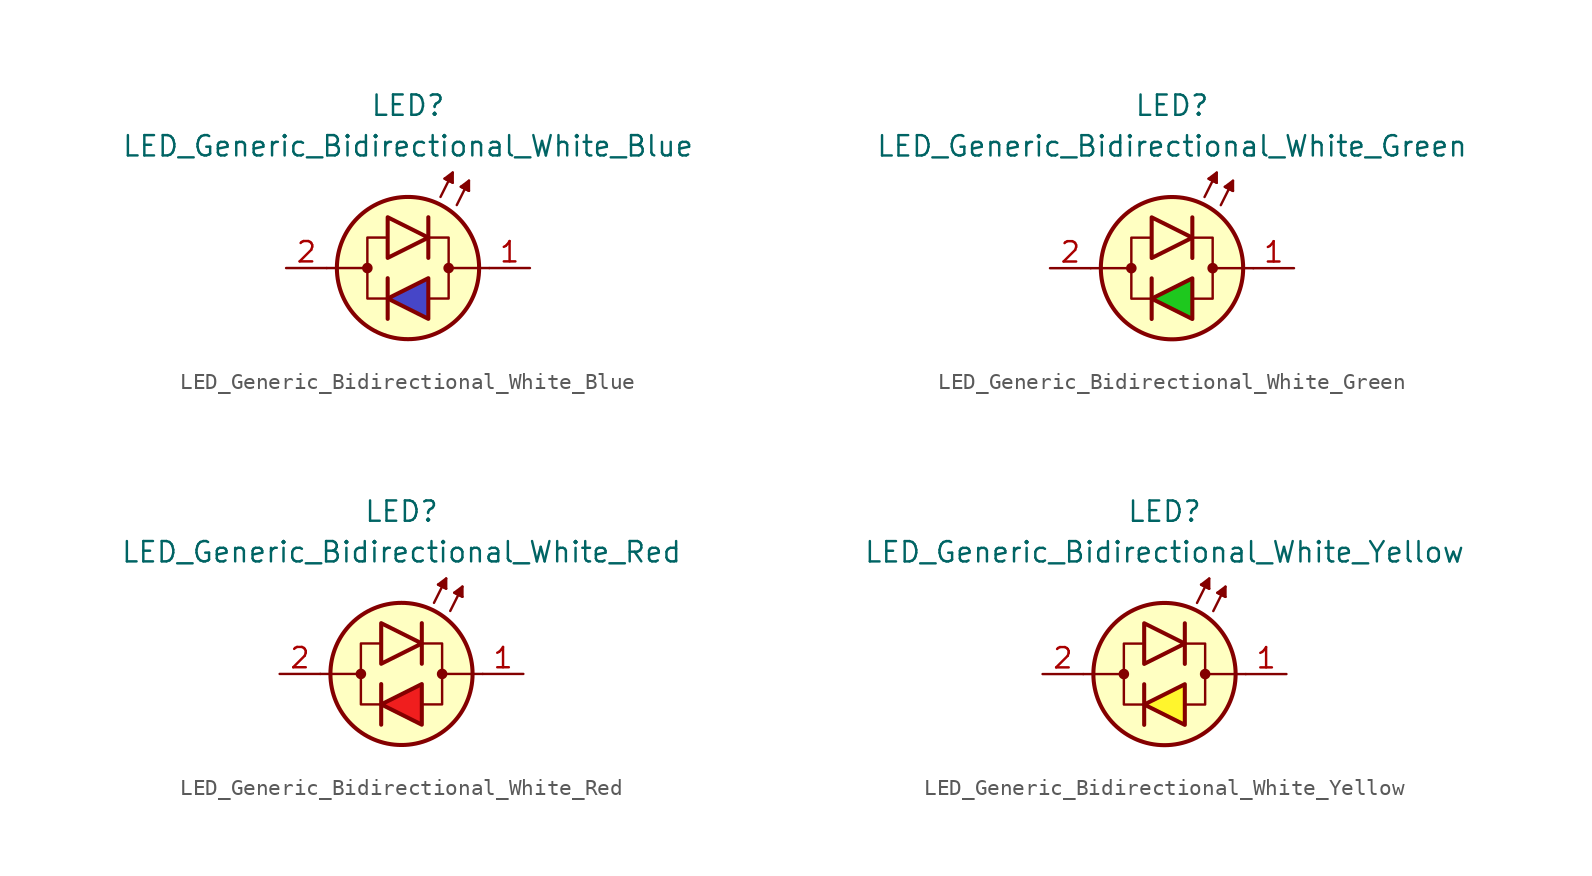
<source format=kicad_sym>
(kicad_symbol_lib
  (version 20231120)
  (generator "kicad_symbol_editor")
  (generator_version "8.0")
  (symbol "LED_Generic_Bidirectional_White_Blue"
    (pin_names
      (offset 1.016) hide)
    (property "Reference" "LED"
      (at 0 10.16 0)
      (effects (font (size 1.27 1.27))))
    (property "Value" "LED_Generic_Bidirectional_White_Blue"
      (at 0 7.62 0)
      (effects (font (size 1.27 1.27))))
    (symbol "LED_Generic_Bidirectional_White_Blue_0_1"
      (circle (center -2.54 0) (radius 0.254) (stroke (width 0) (type default)) (fill (type outline)))
      (polyline (pts (xy -2.54 0) (xy -5.08 0)) (stroke (width 0.152) (type default)) (fill (type none)))
      (polyline (pts (xy -1.27 -3.175) (xy -1.27 -0.635)) (stroke (width 0.254) (type default)) (fill (type none)))
      (polyline (pts (xy 1.27 3.175) (xy 1.27 0.635)) (stroke (width 0.254) (type default)) (fill (type none)))
      (polyline (pts (xy 2.032 4.445) (xy 2.794 5.969)) (stroke (width 0.152) (type default)) (fill (type none)))
      (polyline (pts (xy 2.54 5.461) (xy 2.286 5.588)) (stroke (width 0.152) (type default)) (fill (type none)))
      (polyline (pts (xy 2.54 5.461) (xy 2.794 5.334)) (stroke (width 0.152) (type default)) (fill (type none)))
      (polyline (pts (xy 3.048 3.937) (xy 3.81 5.461)) (stroke (width 0.152) (type default)) (fill (type none)))
      (polyline (pts (xy 3.556 4.953) (xy 3.302 5.08)) (stroke (width 0.152) (type default)) (fill (type none)))
      (polyline (pts (xy 3.556 4.953) (xy 3.81 4.826)) (stroke (width 0.152) (type default)) (fill (type none)))
      (polyline (pts (xy 5.08 0) (xy 2.54 0)) (stroke (width 0.152) (type default)) (fill (type none)))
      (polyline (pts (xy -1.397 1.905) (xy -2.54 1.905) (xy -2.54 -1.905) (xy -1.27 -1.905)) (stroke (width 0.152) (type default)) (fill (type none)))
      (polyline (pts (xy -1.27 3.175) (xy -1.27 0.635) (xy 1.27 1.905) (xy -1.27 3.175)) (stroke (width 0.254) (type default)) (fill (type color) (color 255 255 255 1)))
      (polyline (pts (xy 1.27 -3.175) (xy 1.27 -0.635) (xy -1.27 -1.905) (xy 1.27 -3.175)) (stroke (width 0.254) (type default)) (fill (type color) (color 70 70 200 1)))
      (polyline (pts (xy 1.27 1.905) (xy 2.54 1.905) (xy 2.54 -1.905) (xy 1.27 -1.905)) (stroke (width 0.152) (type default)) (fill (type none)))
      (polyline (pts (xy 2.794 5.334) (xy 2.286 5.588) (xy 2.794 5.969) (xy 2.794 5.334)) (stroke (width 0.152) (type default)) (fill (type outline)))
      (polyline (pts (xy 3.81 4.826) (xy 3.302 5.08) (xy 3.81 5.461) (xy 3.81 4.826)) (stroke (width 0.152) (type default)) (fill (type outline)))
      (circle (center 0 0) (radius 4.445) (stroke (width 0.254) (type default)) (fill (type background)))
      (circle (center 2.54 0) (radius 0.254) (stroke (width 0) (type default)) (fill (type outline))))
    (symbol "LED_Generic_Bidirectional_White_Blue_1_1"
      (pin passive line (at 7.62 0 180) (length 2.54) (name "K" (effects (font (size 1.27 1.27)))) (number "1" (effects (font (size 1.27 1.27)))))
      (pin passive line (at -7.62 0 0) (length 2.54) (name "A" (effects (font (size 1.27 1.27)))) (number "2" (effects (font (size 1.27 1.27)))))))
  (symbol "LED_Generic_Bidirectional_White_Green"
    (pin_names
      (offset 1.016) hide)
    (property "Reference" "LED"
      (at 0 10.16 0)
      (effects (font (size 1.27 1.27))))
    (property "Value" "LED_Generic_Bidirectional_White_Green"
      (at 0 7.62 0)
      (effects (font (size 1.27 1.27))))
    (symbol "LED_Generic_Bidirectional_White_Green_0_1"
      (circle (center -2.54 0) (radius 0.254) (stroke (width 0) (type default)) (fill (type outline)))
      (polyline (pts (xy -2.54 0) (xy -5.08 0)) (stroke (width 0.152) (type default)) (fill (type none)))
      (polyline (pts (xy -1.27 -3.175) (xy -1.27 -0.635)) (stroke (width 0.254) (type default)) (fill (type none)))
      (polyline (pts (xy 1.27 3.175) (xy 1.27 0.635)) (stroke (width 0.254) (type default)) (fill (type none)))
      (polyline (pts (xy 2.032 4.445) (xy 2.794 5.969)) (stroke (width 0.152) (type default)) (fill (type none)))
      (polyline (pts (xy 2.54 5.461) (xy 2.286 5.588)) (stroke (width 0.152) (type default)) (fill (type none)))
      (polyline (pts (xy 2.54 5.461) (xy 2.794 5.334)) (stroke (width 0.152) (type default)) (fill (type none)))
      (polyline (pts (xy 3.048 3.937) (xy 3.81 5.461)) (stroke (width 0.152) (type default)) (fill (type none)))
      (polyline (pts (xy 3.556 4.953) (xy 3.302 5.08)) (stroke (width 0.152) (type default)) (fill (type none)))
      (polyline (pts (xy 3.556 4.953) (xy 3.81 4.826)) (stroke (width 0.152) (type default)) (fill (type none)))
      (polyline (pts (xy 5.08 0) (xy 2.54 0)) (stroke (width 0.152) (type default)) (fill (type none)))
      (polyline (pts (xy -1.397 1.905) (xy -2.54 1.905) (xy -2.54 -1.905) (xy -1.27 -1.905)) (stroke (width 0.152) (type default)) (fill (type none)))
      (polyline (pts (xy -1.27 3.175) (xy -1.27 0.635) (xy 1.27 1.905) (xy -1.27 3.175)) (stroke (width 0.254) (type default)) (fill (type color) (color 255 255 255 1)))
      (polyline (pts (xy 1.27 -3.175) (xy 1.27 -0.635) (xy -1.27 -1.905) (xy 1.27 -3.175)) (stroke (width 0.254) (type default)) (fill (type color) (color 30 200 30 1)))
      (polyline (pts (xy 1.27 1.905) (xy 2.54 1.905) (xy 2.54 -1.905) (xy 1.27 -1.905)) (stroke (width 0.152) (type default)) (fill (type none)))
      (polyline (pts (xy 2.794 5.334) (xy 2.286 5.588) (xy 2.794 5.969) (xy 2.794 5.334)) (stroke (width 0.152) (type default)) (fill (type outline)))
      (polyline (pts (xy 3.81 4.826) (xy 3.302 5.08) (xy 3.81 5.461) (xy 3.81 4.826)) (stroke (width 0.152) (type default)) (fill (type outline)))
      (circle (center 0 0) (radius 4.445) (stroke (width 0.254) (type default)) (fill (type background)))
      (circle (center 2.54 0) (radius 0.254) (stroke (width 0) (type default)) (fill (type outline))))
    (symbol "LED_Generic_Bidirectional_White_Green_1_1"
      (pin passive line (at 7.62 0 180) (length 2.54) (name "K" (effects (font (size 1.27 1.27)))) (number "1" (effects (font (size 1.27 1.27)))))
      (pin passive line (at -7.62 0 0) (length 2.54) (name "A" (effects (font (size 1.27 1.27)))) (number "2" (effects (font (size 1.27 1.27)))))))
  (symbol "LED_Generic_Bidirectional_White_Red"
    (pin_names
      (offset 1.016) hide)
    (property "Reference" "LED"
      (at 0 10.16 0)
      (effects (font (size 1.27 1.27))))
    (property "Value" "LED_Generic_Bidirectional_White_Red"
      (at 0 7.62 0)
      (effects (font (size 1.27 1.27))))
    (symbol "LED_Generic_Bidirectional_White_Red_0_1"
      (circle (center -2.54 0) (radius 0.254) (stroke (width 0) (type default)) (fill (type outline)))
      (polyline (pts (xy -2.54 0) (xy -5.08 0)) (stroke (width 0.152) (type default)) (fill (type none)))
      (polyline (pts (xy -1.27 -3.175) (xy -1.27 -0.635)) (stroke (width 0.254) (type default)) (fill (type none)))
      (polyline (pts (xy 1.27 3.175) (xy 1.27 0.635)) (stroke (width 0.254) (type default)) (fill (type none)))
      (polyline (pts (xy 2.032 4.445) (xy 2.794 5.969)) (stroke (width 0.152) (type default)) (fill (type none)))
      (polyline (pts (xy 2.54 5.461) (xy 2.286 5.588)) (stroke (width 0.152) (type default)) (fill (type none)))
      (polyline (pts (xy 2.54 5.461) (xy 2.794 5.334)) (stroke (width 0.152) (type default)) (fill (type none)))
      (polyline (pts (xy 3.048 3.937) (xy 3.81 5.461)) (stroke (width 0.152) (type default)) (fill (type none)))
      (polyline (pts (xy 3.556 4.953) (xy 3.302 5.08)) (stroke (width 0.152) (type default)) (fill (type none)))
      (polyline (pts (xy 3.556 4.953) (xy 3.81 4.826)) (stroke (width 0.152) (type default)) (fill (type none)))
      (polyline (pts (xy 5.08 0) (xy 2.54 0)) (stroke (width 0.152) (type default)) (fill (type none)))
      (polyline (pts (xy -1.397 1.905) (xy -2.54 1.905) (xy -2.54 -1.905) (xy -1.27 -1.905)) (stroke (width 0.152) (type default)) (fill (type none)))
      (polyline (pts (xy -1.27 3.175) (xy -1.27 0.635) (xy 1.27 1.905) (xy -1.27 3.175)) (stroke (width 0.254) (type default)) (fill (type color) (color 255 255 255 1)))
      (polyline (pts (xy 1.27 -3.175) (xy 1.27 -0.635) (xy -1.27 -1.905) (xy 1.27 -3.175)) (stroke (width 0.254) (type default)) (fill (type color) (color 240 30 30 1)))
      (polyline (pts (xy 1.27 1.905) (xy 2.54 1.905) (xy 2.54 -1.905) (xy 1.27 -1.905)) (stroke (width 0.152) (type default)) (fill (type none)))
      (polyline (pts (xy 2.794 5.334) (xy 2.286 5.588) (xy 2.794 5.969) (xy 2.794 5.334)) (stroke (width 0.152) (type default)) (fill (type outline)))
      (polyline (pts (xy 3.81 4.826) (xy 3.302 5.08) (xy 3.81 5.461) (xy 3.81 4.826)) (stroke (width 0.152) (type default)) (fill (type outline)))
      (circle (center 0 0) (radius 4.445) (stroke (width 0.254) (type default)) (fill (type background)))
      (circle (center 2.54 0) (radius 0.254) (stroke (width 0) (type default)) (fill (type outline))))
    (symbol "LED_Generic_Bidirectional_White_Red_1_1"
      (pin passive line (at 7.62 0 180) (length 2.54) (name "K" (effects (font (size 1.27 1.27)))) (number "1" (effects (font (size 1.27 1.27)))))
      (pin passive line (at -7.62 0 0) (length 2.54) (name "A" (effects (font (size 1.27 1.27)))) (number "2" (effects (font (size 1.27 1.27)))))))
  (symbol "LED_Generic_Bidirectional_White_Yellow"
    (pin_names
      (offset 1.016) hide)
    (property "Reference" "LED"
      (at 0 10.16 0)
      (effects (font (size 1.27 1.27))))
    (property "Value" "LED_Generic_Bidirectional_White_Yellow"
      (at 0 7.62 0)
      (effects (font (size 1.27 1.27))))
    (symbol "LED_Generic_Bidirectional_White_Yellow_0_1"
      (circle (center -2.54 0) (radius 0.254) (stroke (width 0) (type default)) (fill (type outline)))
      (polyline (pts (xy -2.54 0) (xy -5.08 0)) (stroke (width 0.152) (type default)) (fill (type none)))
      (polyline (pts (xy -1.27 -3.175) (xy -1.27 -0.635)) (stroke (width 0.254) (type default)) (fill (type none)))
      (polyline (pts (xy 1.27 3.175) (xy 1.27 0.635)) (stroke (width 0.254) (type default)) (fill (type none)))
      (polyline (pts (xy 2.032 4.445) (xy 2.794 5.969)) (stroke (width 0.152) (type default)) (fill (type none)))
      (polyline (pts (xy 2.54 5.461) (xy 2.286 5.588)) (stroke (width 0.152) (type default)) (fill (type none)))
      (polyline (pts (xy 2.54 5.461) (xy 2.794 5.334)) (stroke (width 0.152) (type default)) (fill (type none)))
      (polyline (pts (xy 3.048 3.937) (xy 3.81 5.461)) (stroke (width 0.152) (type default)) (fill (type none)))
      (polyline (pts (xy 3.556 4.953) (xy 3.302 5.08)) (stroke (width 0.152) (type default)) (fill (type none)))
      (polyline (pts (xy 3.556 4.953) (xy 3.81 4.826)) (stroke (width 0.152) (type default)) (fill (type none)))
      (polyline (pts (xy 5.08 0) (xy 2.54 0)) (stroke (width 0.152) (type default)) (fill (type none)))
      (polyline (pts (xy -1.397 1.905) (xy -2.54 1.905) (xy -2.54 -1.905) (xy -1.27 -1.905)) (stroke (width 0.152) (type default)) (fill (type none)))
      (polyline (pts (xy -1.27 3.175) (xy -1.27 0.635) (xy 1.27 1.905) (xy -1.27 3.175)) (stroke (width 0.254) (type default)) (fill (type color) (color 255 255 255 1)))
      (polyline (pts (xy 1.27 -3.175) (xy 1.27 -0.635) (xy -1.27 -1.905) (xy 1.27 -3.175)) (stroke (width 0.254) (type default)) (fill (type color) (color 255 245 45 1)))
      (polyline (pts (xy 1.27 1.905) (xy 2.54 1.905) (xy 2.54 -1.905) (xy 1.27 -1.905)) (stroke (width 0.152) (type default)) (fill (type none)))
      (polyline (pts (xy 2.794 5.334) (xy 2.286 5.588) (xy 2.794 5.969) (xy 2.794 5.334)) (stroke (width 0.152) (type default)) (fill (type outline)))
      (polyline (pts (xy 3.81 4.826) (xy 3.302 5.08) (xy 3.81 5.461) (xy 3.81 4.826)) (stroke (width 0.152) (type default)) (fill (type outline)))
      (circle (center 0 0) (radius 4.445) (stroke (width 0.254) (type default)) (fill (type background)))
      (circle (center 2.54 0) (radius 0.254) (stroke (width 0) (type default)) (fill (type outline))))
    (symbol "LED_Generic_Bidirectional_White_Yellow_1_1"
      (pin passive line (at 7.62 0 180) (length 2.54) (name "K" (effects (font (size 1.27 1.27)))) (number "1" (effects (font (size 1.27 1.27)))))
      (pin passive line (at -7.62 0 0) (length 2.54) (name "A" (effects (font (size 1.27 1.27)))) (number "2" (effects (font (size 1.27 1.27))))))))
</source>
